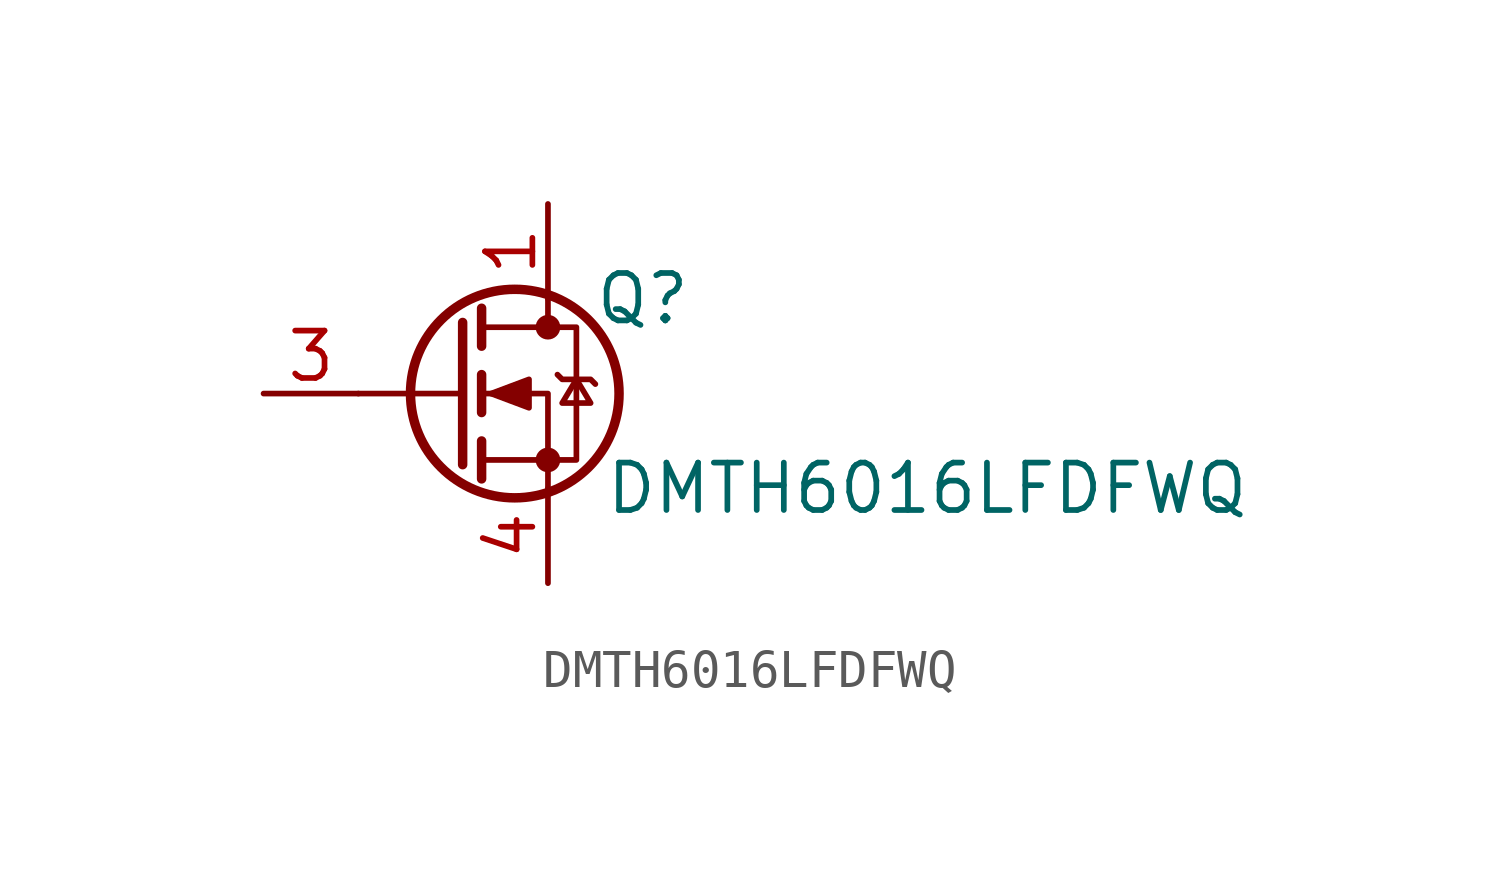
<source format=kicad_sym>
(kicad_symbol_lib
  (version 20211014)
  (generator kicad_symbol_editor)
  (symbol "DMTH6016LFDFWQ"
    (pin_names hide)
    (property "Reference" "Q"
      (at 2.54 2.54 0)
      (effects (font (size 1.27 1.27))))
    (property "Value" "DMTH6016LFDFWQ"
      (at 10.16 -2.54 0)
      (effects (font (size 1.27 1.27))))
    (symbol "DMTH6016LFDFWQ_0_0"
      (pin passive line (at 0 5.08 270) (length 2.54) hide (name "D" (effects (font (size 1.27 1.27)))) (number "2" (effects (font (size 1.27 1.27)))))
      (pin passive line (at 0 5.08 270) (length 2.54) hide (name "D" (effects (font (size 1.27 1.27)))) (number "5" (effects (font (size 1.27 1.27)))))
      (pin passive line (at 0 5.08 270) (length 2.54) hide (name "D" (effects (font (size 1.27 1.27)))) (number "6" (effects (font (size 1.27 1.27)))))
      (pin passive line (at 0 5.08 270) (length 2.54) hide (name "D" (effects (font (size 1.27 1.27)))) (number "7" (effects (font (size 1.27 1.27)))))
      (pin passive line (at 0 -5.08 90) (length 2.54) hide (name "S" (effects (font (size 1.27 1.27)))) (number "8" (effects (font (size 1.27 1.27))))))
    (symbol "DMTH6016LFDFWQ_0_1"
      (circle (center -0.889 0) (radius 2.794) (stroke (width 0.254) (type default) (color 0 0 0 0)) (fill (type none)))
      (circle (center 0 -1.778) (radius 0.254) (stroke (width 0) (type default) (color 0 0 0 0)) (fill (type outline)))
      (polyline (pts (xy -2.286 0) (xy -5.08 0)) (stroke (width 0) (type default) (color 0 0 0 0)) (fill (type none)))
      (polyline (pts (xy -2.286 1.905) (xy -2.286 -1.905)) (stroke (width 0.254) (type default) (color 0 0 0 0)) (fill (type none)))
      (polyline (pts (xy -1.778 -1.27) (xy -1.778 -2.286)) (stroke (width 0.254) (type default) (color 0 0 0 0)) (fill (type none)))
      (polyline (pts (xy -1.778 0.508) (xy -1.778 -0.508)) (stroke (width 0.254) (type default) (color 0 0 0 0)) (fill (type none)))
      (polyline (pts (xy -1.778 2.286) (xy -1.778 1.27)) (stroke (width 0.254) (type default) (color 0 0 0 0)) (fill (type none)))
      (polyline (pts (xy 0 2.54) (xy 0 1.778)) (stroke (width 0) (type default) (color 0 0 0 0)) (fill (type none)))
      (polyline (pts (xy 0 -2.54) (xy 0 0) (xy -1.778 0)) (stroke (width 0) (type default) (color 0 0 0 0)) (fill (type none)))
      (polyline (pts (xy -1.778 -1.778) (xy 0.762 -1.778) (xy 0.762 1.778) (xy -1.778 1.778)) (stroke (width 0) (type default) (color 0 0 0 0)) (fill (type none)))
      (polyline (pts (xy -1.524 0) (xy -0.508 0.381) (xy -0.508 -0.381) (xy -1.524 0)) (stroke (width 0) (type default) (color 0 0 0 0)) (fill (type outline)))
      (polyline (pts (xy 0.254 0.508) (xy 0.381 0.381) (xy 1.143 0.381) (xy 1.27 0.254)) (stroke (width 0) (type default) (color 0 0 0 0)) (fill (type none)))
      (polyline (pts (xy 0.762 0.381) (xy 0.381 -0.254) (xy 1.143 -0.254) (xy 0.762 0.381)) (stroke (width 0) (type default) (color 0 0 0 0)) (fill (type none)))
      (circle (center 0 1.778) (radius 0.254) (stroke (width 0) (type default) (color 0 0 0 0)) (fill (type outline))))
    (symbol "DMTH6016LFDFWQ_1_1"
      (pin passive line (at 0 5.08 270) (length 2.54) (name "D" (effects (font (size 1.27 1.27)))) (number "1" (effects (font (size 1.27 1.27)))))
      (pin input line (at -7.62 0 0) (length 2.54) (name "G" (effects (font (size 1.27 1.27)))) (number "3" (effects (font (size 1.27 1.27)))))
      (pin passive line (at 0 -5.08 90) (length 2.54) (name "S" (effects (font (size 1.27 1.27)))) (number "4" (effects (font (size 1.27 1.27))))))))
</source>
